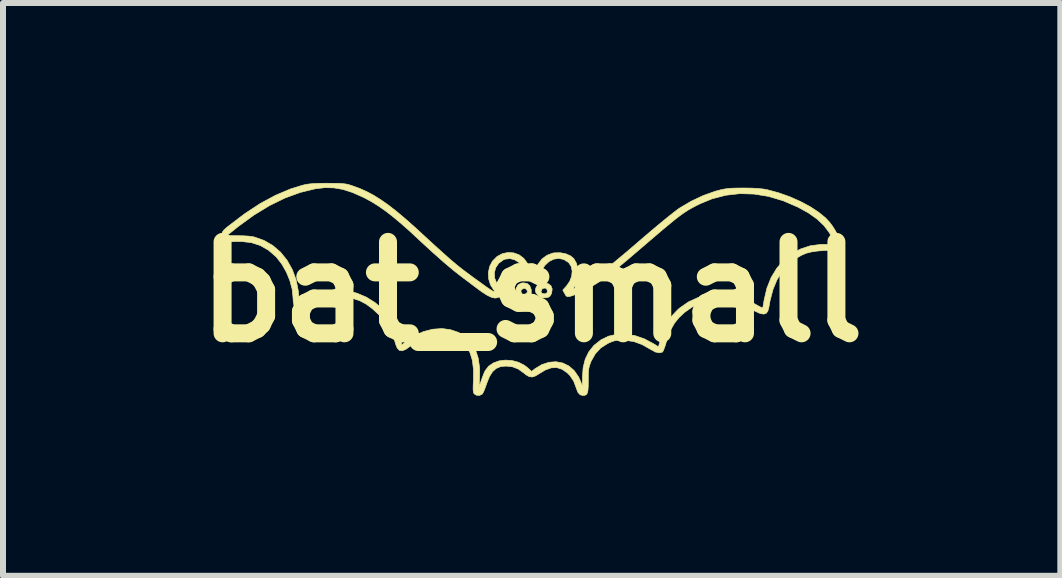
<source format=kicad_pcb>
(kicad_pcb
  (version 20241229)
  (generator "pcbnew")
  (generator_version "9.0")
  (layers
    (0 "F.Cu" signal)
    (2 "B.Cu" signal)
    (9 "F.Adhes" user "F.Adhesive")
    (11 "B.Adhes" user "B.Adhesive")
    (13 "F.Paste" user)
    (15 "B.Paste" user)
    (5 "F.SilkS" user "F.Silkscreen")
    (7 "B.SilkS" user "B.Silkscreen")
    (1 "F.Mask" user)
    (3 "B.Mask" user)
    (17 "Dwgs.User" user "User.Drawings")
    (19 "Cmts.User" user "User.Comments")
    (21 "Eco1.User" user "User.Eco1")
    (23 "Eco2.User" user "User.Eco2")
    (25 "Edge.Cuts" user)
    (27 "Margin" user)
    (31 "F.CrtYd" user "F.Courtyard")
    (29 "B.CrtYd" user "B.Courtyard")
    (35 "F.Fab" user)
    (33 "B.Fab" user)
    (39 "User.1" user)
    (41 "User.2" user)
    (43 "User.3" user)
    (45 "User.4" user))
  (footprint "bat_small"
    (layer "F.Cu")
    (at 5.813 1.817)
    (property "Reference" "bat_small" (at 0 0 0) (layer "F.SilkS") (effects (font (size 1.524 1.524) (thickness 0.3))))
    (attr through_hole)
    (fp_poly (pts (xy -0.073 -0.14) (xy -0.03 -0.101) (xy -0.007 -0.037) (xy -0.007 0.027) (xy -0.035 0.074) (xy -0.086 0.099) (xy -0.116 0.102) (xy -0.166 0.096) (xy -0.204 0.083) (xy -0.208 0.08) (xy -0.238 0.042) (xy -0.258 -0.008) (xy -0.259 -0.022) (xy -0.18 -0.022) (xy -0.175 0.006) (xy -0.171 0.014) (xy -0.149 0.044) (xy -0.125 0.047) (xy -0.092 0.026) (xy -0.07 0.002) (xy -0.076 -0.026) (xy -0.077 -0.028) (xy -0.106 -0.059) (xy -0.138 -0.058) (xy -0.159 -0.045) (xy -0.18 -0.022) (xy -0.259 -0.022) (xy -0.262 -0.055) (xy -0.259 -0.063) (xy -0.226 -0.12) (xy -0.173 -0.148) (xy -0.135 -0.152) (xy -0.073 -0.14)) (stroke (width 0.01) (type solid)) (fill yes) (layer "F.SilkS"))
    (fp_poly (pts (xy 0.274 -0.139) (xy 0.321 -0.104) (xy 0.342 -0.051) (xy 0.334 0.013) (xy 0.325 0.037) (xy 0.302 0.073) (xy 0.275 0.09) (xy 0.229 0.097) (xy 0.22 0.098) (xy 0.166 0.098) (xy 0.13 0.085) (xy 0.108 0.064) (xy 0.07 0.011) (xy 0.066 -0.007) (xy 0.155 -0.007) (xy 0.169 0.021) (xy 0.206 0.031) (xy 0.216 0.031) (xy 0.251 0.02) (xy 0.262 -0.007) (xy 0.262 -0.017) (xy 0.25 -0.052) (xy 0.22 -0.066) (xy 0.185 -0.057) (xy 0.17 -0.043) (xy 0.155 -0.007) (xy 0.066 -0.007) (xy 0.061 -0.037) (xy 0.076 -0.084) (xy 0.107 -0.126) (xy 0.149 -0.147) (xy 0.206 -0.152) (xy 0.274 -0.139)) (stroke (width 0.01) (type solid)) (fill yes) (layer "F.SilkS"))
    (fp_poly (pts (xy -3.295 -1.811) (xy -3.212 -1.81) (xy -3.149 -1.806) (xy -3.099 -1.8) (xy -3.053 -1.79) (xy -3.006 -1.776) (xy -2.987 -1.769) (xy -2.868 -1.726) (xy -2.752 -1.674) (xy -2.636 -1.613) (xy -2.518 -1.539) (xy -2.393 -1.452) (xy -2.259 -1.348) (xy -2.111 -1.224) (xy -1.948 -1.08) (xy -1.785 -0.93) (xy -1.691 -0.843) (xy -1.594 -0.755) (xy -1.5 -0.67) (xy -1.417 -0.596) (xy -1.351 -0.537) (xy -1.336 -0.525) (xy -1.284 -0.481) (xy -1.235 -0.44) (xy -1.183 -0.399) (xy -1.125 -0.354) (xy -1.056 -0.303) (xy -0.973 -0.241) (xy -0.87 -0.167) (xy -0.75 -0.08) (xy -0.686 -0.037) (xy -0.641 -0.01) (xy -0.617 -0.001) (xy -0.616 -0.011) (xy -0.63 -0.03) (xy -0.686 -0.117) (xy -0.717 -0.217) (xy -0.722 -0.323) (xy -0.701 -0.424) (xy -0.654 -0.514) (xy -0.654 -0.514) (xy -0.578 -0.59) (xy -0.49 -0.638) (xy -0.396 -0.658) (xy -0.301 -0.652) (xy -0.211 -0.62) (xy -0.132 -0.561) (xy -0.07 -0.477) (xy -0.066 -0.47) (xy -0.04 -0.428) (xy -0.012 -0.41) (xy 0.022 -0.406) (xy 0.061 -0.412) (xy 0.088 -0.434) (xy 0.11 -0.469) (xy 0.172 -0.55) (xy 0.255 -0.611) (xy 0.351 -0.648) (xy 0.379 -0.652) (xy 0.476 -0.654) (xy 0.57 -0.636) (xy 0.649 -0.601) (xy 0.701 -0.558) (xy 0.748 -0.476) (xy 0.771 -0.378) (xy 0.769 -0.268) (xy 0.74 -0.155) (xy 0.728 -0.123) (xy 0.696 -0.051) (xy 0.818 -0.113) (xy 0.885 -0.148) (xy 0.95 -0.184) (xy 1.015 -0.224) (xy 1.083 -0.269) (xy 1.157 -0.322) (xy 1.239 -0.384) (xy 1.333 -0.459) (xy 1.44 -0.548) (xy 1.565 -0.652) (xy 1.709 -0.775) (xy 1.876 -0.919) (xy 1.879 -0.921) (xy 1.991 -1.017) (xy 2.101 -1.109) (xy 2.205 -1.195) (xy 2.299 -1.271) (xy 2.379 -1.334) (xy 2.44 -1.381) (xy 2.468 -1.4) (xy 2.658 -1.512) (xy 2.857 -1.606) (xy 3.055 -1.677) (xy 3.09 -1.687) (xy 3.16 -1.705) (xy 3.22 -1.717) (xy 3.28 -1.725) (xy 3.348 -1.73) (xy 3.434 -1.732) (xy 3.531 -1.733) (xy 3.668 -1.731) (xy 3.779 -1.725) (xy 3.869 -1.715) (xy 3.928 -1.704) (xy 4.117 -1.653) (xy 4.301 -1.588) (xy 4.477 -1.51) (xy 4.639 -1.424) (xy 4.781 -1.331) (xy 4.899 -1.235) (xy 4.967 -1.162) (xy 5.019 -1.092) (xy 5.067 -1.014) (xy 5.107 -0.935) (xy 5.135 -0.865) (xy 5.147 -0.812) (xy 5.147 -0.807) (xy 5.146 -0.767) (xy 5.137 -0.739) (xy 5.116 -0.72) (xy 5.078 -0.707) (xy 5.019 -0.699) (xy 4.932 -0.693) (xy 4.899 -0.692) (xy 4.77 -0.683) (xy 4.667 -0.668) (xy 4.582 -0.647) (xy 4.505 -0.615) (xy 4.429 -0.572) (xy 4.404 -0.556) (xy 4.278 -0.456) (xy 4.173 -0.338) (xy 4.089 -0.201) (xy 4.023 -0.041) (xy 3.974 0.145) (xy 3.954 0.258) (xy 3.937 0.32) (xy 3.909 0.357) (xy 3.866 0.369) (xy 3.806 0.358) (xy 3.726 0.322) (xy 3.662 0.287) (xy 3.496 0.206) (xy 3.326 0.155) (xy 3.155 0.135) (xy 2.987 0.144) (xy 2.825 0.184) (xy 2.674 0.253) (xy 2.547 0.342) (xy 2.454 0.43) (xy 2.38 0.522) (xy 2.321 0.626) (xy 2.271 0.75) (xy 2.244 0.837) (xy 2.223 0.905) (xy 2.202 0.961) (xy 2.186 0.995) (xy 2.18 1.002) (xy 2.128 1.015) (xy 2.062 1.001) (xy 1.984 0.958) (xy 1.983 0.958) (xy 1.843 0.878) (xy 1.706 0.828) (xy 1.564 0.806) (xy 1.524 0.805) (xy 1.448 0.806) (xy 1.392 0.812) (xy 1.343 0.826) (xy 1.287 0.85) (xy 1.265 0.861) (xy 1.152 0.933) (xy 1.062 1.03) (xy 0.993 1.151) (xy 0.981 1.181) (xy 0.963 1.231) (xy 0.952 1.28) (xy 0.946 1.338) (xy 0.944 1.415) (xy 0.944 1.478) (xy 0.943 1.576) (xy 0.938 1.644) (xy 0.927 1.689) (xy 0.908 1.714) (xy 0.88 1.725) (xy 0.855 1.727) (xy 0.806 1.713) (xy 0.769 1.671) (xy 0.744 1.604) (xy 0.701 1.488) (xy 0.639 1.395) (xy 0.595 1.35) (xy 0.509 1.29) (xy 0.42 1.261) (xy 0.326 1.265) (xy 0.225 1.302) (xy 0.136 1.356) (xy 0.066 1.399) (xy 0.011 1.418) (xy -0.04 1.412) (xy -0.094 1.381) (xy -0.134 1.349) (xy -0.225 1.284) (xy -0.318 1.248) (xy -0.424 1.236) (xy -0.431 1.236) (xy -0.519 1.245) (xy -0.591 1.275) (xy -0.651 1.328) (xy -0.702 1.408) (xy -0.747 1.519) (xy -0.753 1.537) (xy -0.777 1.604) (xy -0.8 1.66) (xy -0.819 1.696) (xy -0.824 1.702) (xy -0.867 1.724) (xy -0.918 1.722) (xy -0.955 1.701) (xy -0.967 1.684) (xy -0.973 1.658) (xy -0.976 1.616) (xy -0.975 1.552) (xy -0.971 1.474) (xy -0.97 1.295) (xy -0.988 1.142) (xy -1.027 1.015) (xy -1.086 0.911) (xy -1.168 0.829) (xy -1.271 0.768) (xy -1.334 0.744) (xy -1.474 0.714) (xy -1.618 0.718) (xy -1.762 0.753) (xy -1.904 0.82) (xy -2.025 0.905) (xy -2.1 0.958) (xy -2.159 0.981) (xy -2.206 0.973) (xy -2.242 0.934) (xy -2.27 0.864) (xy -2.278 0.833) (xy -2.308 0.725) (xy -2.347 0.632) (xy -2.4 0.546) (xy -2.472 0.458) (xy -2.547 0.38) (xy -2.656 0.279) (xy -2.758 0.203) (xy -2.862 0.148) (xy -2.976 0.109) (xy -3.048 0.091) (xy -3.205 0.073) (xy -3.357 0.084) (xy -3.506 0.127) (xy -3.656 0.202) (xy -3.748 0.263) (xy -3.819 0.305) (xy -3.875 0.321) (xy -3.922 0.309) (xy -3.926 0.307) (xy -3.946 0.278) (xy -3.963 0.224) (xy -3.975 0.154) (xy -3.979 0.083) (xy -3.993 -0.048) (xy -4.031 -0.189) (xy -4.089 -0.33) (xy -4.164 -0.462) (xy -4.25 -0.574) (xy -4.265 -0.59) (xy -4.389 -0.697) (xy -4.523 -0.774) (xy -4.671 -0.822) (xy -4.836 -0.841) (xy -4.947 -0.84) (xy -5.021 -0.836) (xy -5.083 -0.836) (xy -5.126 -0.838) (xy -5.138 -0.84) (xy -5.156 -0.86) (xy -5.164 -0.904) (xy -5.165 -0.93) (xy -5.164 -0.949) (xy -5.068 -0.949) (xy -5.058 -0.944) (xy -5.02 -0.94) (xy -4.961 -0.938) (xy -4.899 -0.938) (xy -4.807 -0.936) (xy -4.719 -0.931) (xy -4.647 -0.921) (xy -4.623 -0.916) (xy -4.461 -0.859) (xy -4.315 -0.774) (xy -4.186 -0.663) (xy -4.078 -0.529) (xy -3.991 -0.375) (xy -3.927 -0.203) (xy -3.89 -0.016) (xy -3.883 0.064) (xy -3.877 0.132) (xy -3.87 0.185) (xy -3.864 0.215) (xy -3.86 0.22) (xy -3.841 0.209) (xy -3.826 0.194) (xy -3.791 0.163) (xy -3.733 0.126) (xy -3.662 0.086) (xy -3.586 0.049) (xy -3.515 0.02) (xy -3.48 0.008) (xy -3.36 -0.015) (xy -3.222 -0.022) (xy -3.082 -0.013) (xy -2.95 0.01) (xy -2.908 0.022) (xy -2.755 0.087) (xy -2.611 0.177) (xy -2.48 0.288) (xy -2.366 0.415) (xy -2.274 0.555) (xy -2.209 0.7) (xy -2.184 0.791) (xy -2.165 0.882) (xy -2.094 0.825) (xy -1.955 0.729) (xy -1.805 0.661) (xy -1.65 0.621) (xy -1.495 0.61) (xy -1.357 0.628) (xy -1.217 0.675) (xy -1.1 0.747) (xy -1.007 0.844) (xy -0.936 0.964) (xy -0.89 1.107) (xy -0.867 1.273) (xy -0.868 1.429) (xy -0.876 1.583) (xy -0.839 1.473) (xy -0.816 1.408) (xy -0.792 1.348) (xy -0.775 1.312) (xy -0.718 1.238) (xy -0.639 1.184) (xy -0.544 1.149) (xy -0.439 1.136) (xy -0.329 1.143) (xy -0.222 1.171) (xy -0.123 1.221) (xy -0.066 1.265) (xy -0.001 1.324) (xy 0.055 1.28) (xy 0.171 1.21) (xy 0.289 1.172) (xy 0.405 1.163) (xy 0.517 1.184) (xy 0.619 1.233) (xy 0.708 1.31) (xy 0.78 1.413) (xy 0.805 1.466) (xy 0.846 1.566) (xy 0.846 1.422) (xy 0.858 1.26) (xy 0.893 1.12) (xy 0.952 0.999) (xy 1.036 0.893) (xy 1.041 0.889) (xy 1.154 0.799) (xy 1.281 0.737) (xy 1.421 0.705) (xy 1.569 0.702) (xy 1.723 0.728) (xy 1.88 0.782) (xy 2.037 0.866) (xy 2.06 0.88) (xy 2.113 0.915) (xy 2.149 0.792) (xy 2.202 0.639) (xy 2.262 0.511) (xy 2.335 0.402) (xy 2.426 0.305) (xy 2.468 0.267) (xy 2.612 0.167) (xy 2.77 0.094) (xy 2.94 0.05) (xy 3.117 0.034) (xy 3.297 0.047) (xy 3.475 0.089) (xy 3.648 0.16) (xy 3.7 0.188) (xy 3.762 0.223) (xy 3.812 0.25) (xy 3.844 0.265) (xy 3.851 0.268) (xy 3.855 0.25) (xy 3.863 0.207) (xy 3.873 0.147) (xy 3.876 0.13) (xy 3.922 -0.065) (xy 3.992 -0.24) (xy 4.086 -0.395) (xy 4.2 -0.527) (xy 4.332 -0.635) (xy 4.482 -0.716) (xy 4.645 -0.77) (xy 4.822 -0.793) (xy 4.948 -0.792) (xy 5.062 -0.784) (xy 5.036 -0.845) (xy 4.966 -0.982) (xy 4.874 -1.105) (xy 4.757 -1.216) (xy 4.613 -1.318) (xy 4.439 -1.414) (xy 4.193 -1.52) (xy 3.949 -1.593) (xy 3.707 -1.632) (xy 3.47 -1.639) (xy 3.236 -1.612) (xy 3.008 -1.553) (xy 2.813 -1.473) (xy 2.74 -1.437) (xy 2.674 -1.402) (xy 2.611 -1.366) (xy 2.547 -1.325) (xy 2.479 -1.277) (xy 2.403 -1.219) (xy 2.316 -1.148) (xy 2.213 -1.063) (xy 2.091 -0.959) (xy 1.99 -0.873) (xy 1.836 -0.741) (xy 1.705 -0.629) (xy 1.595 -0.535) (xy 1.501 -0.457) (xy 1.422 -0.391) (xy 1.355 -0.337) (xy 1.296 -0.291) (xy 1.244 -0.252) (xy 1.195 -0.216) (xy 1.147 -0.183) (xy 1.128 -0.17) (xy 1.049 -0.121) (xy 0.959 -0.07) (xy 0.865 -0.021) (xy 0.775 0.022) (xy 0.697 0.055) (xy 0.639 0.074) (xy 0.634 0.075) (xy 0.598 0.079) (xy 0.574 0.066) (xy 0.551 0.028) (xy 0.55 0.027) (xy 0.519 -0.031) (xy 0.58 -0.099) (xy 0.635 -0.178) (xy 0.667 -0.263) (xy 0.675 -0.348) (xy 0.659 -0.425) (xy 0.618 -0.488) (xy 0.611 -0.494) (xy 0.536 -0.541) (xy 0.454 -0.559) (xy 0.37 -0.547) (xy 0.29 -0.508) (xy 0.221 -0.443) (xy 0.185 -0.39) (xy 0.159 -0.351) (xy 0.132 -0.33) (xy 0.089 -0.319) (xy 0.062 -0.316) (xy -0.017 -0.307) (xy -0.069 -0.305) (xy -0.1 -0.311) (xy -0.117 -0.326) (xy -0.126 -0.351) (xy -0.126 -0.351) (xy -0.161 -0.431) (xy -0.216 -0.494) (xy -0.286 -0.537) (xy -0.363 -0.556) (xy -0.441 -0.547) (xy -0.473 -0.534) (xy -0.549 -0.478) (xy -0.599 -0.405) (xy -0.622 -0.321) (xy -0.618 -0.234) (xy -0.584 -0.15) (xy -0.549 -0.103) (xy -0.506 -0.044) (xy -0.493 0.006) (xy -0.511 0.051) (xy -0.525 0.068) (xy -0.564 0.095) (xy -0.612 0.102) (xy -0.671 0.089) (xy -0.744 0.054) (xy -0.834 -0.004) (xy -0.931 -0.076) (xy -0.987 -0.118) (xy -1.058 -0.172) (xy -1.133 -0.228) (xy -1.168 -0.254) (xy -1.306 -0.362) (xy -1.465 -0.496) (xy -1.643 -0.654) (xy -1.841 -0.835) (xy -1.866 -0.859) (xy -2.033 -1.014) (xy -2.181 -1.145) (xy -2.315 -1.257) (xy -2.438 -1.352) (xy -2.554 -1.433) (xy -2.667 -1.503) (xy -2.78 -1.565) (xy -2.819 -1.584) (xy -2.99 -1.659) (xy -3.146 -1.709) (xy -3.295 -1.735) (xy -3.444 -1.739) (xy -3.599 -1.721) (xy -3.602 -1.721) (xy -3.854 -1.66) (xy -4.11 -1.567) (xy -4.368 -1.441) (xy -4.628 -1.283) (xy -4.889 -1.093) (xy -4.916 -1.072) (xy -4.974 -1.025) (xy -5.024 -0.985) (xy -5.057 -0.958) (xy -5.068 -0.949) (xy -5.164 -0.949) (xy -5.163 -0.969) (xy -5.156 -0.998) (xy -5.138 -1.025) (xy -5.104 -1.058) (xy -5.05 -1.102) (xy -4.784 -1.304) (xy -4.524 -1.475) (xy -4.269 -1.612) (xy -4.021 -1.717) (xy -3.824 -1.778) (xy -3.765 -1.792) (xy -3.704 -1.801) (xy -3.633 -1.807) (xy -3.545 -1.811) (xy -3.432 -1.812) (xy -3.404 -1.812) (xy -3.295 -1.811)) (stroke (width 0.01) (type solid)) (fill yes) (layer "F.SilkS")))
  (gr_rect
    (start -3 -3)
    (end 14.626 6.549)
    (stroke (width 0.1) (type default))
    (fill no)
    (layer "Edge.Cuts")))
</source>
